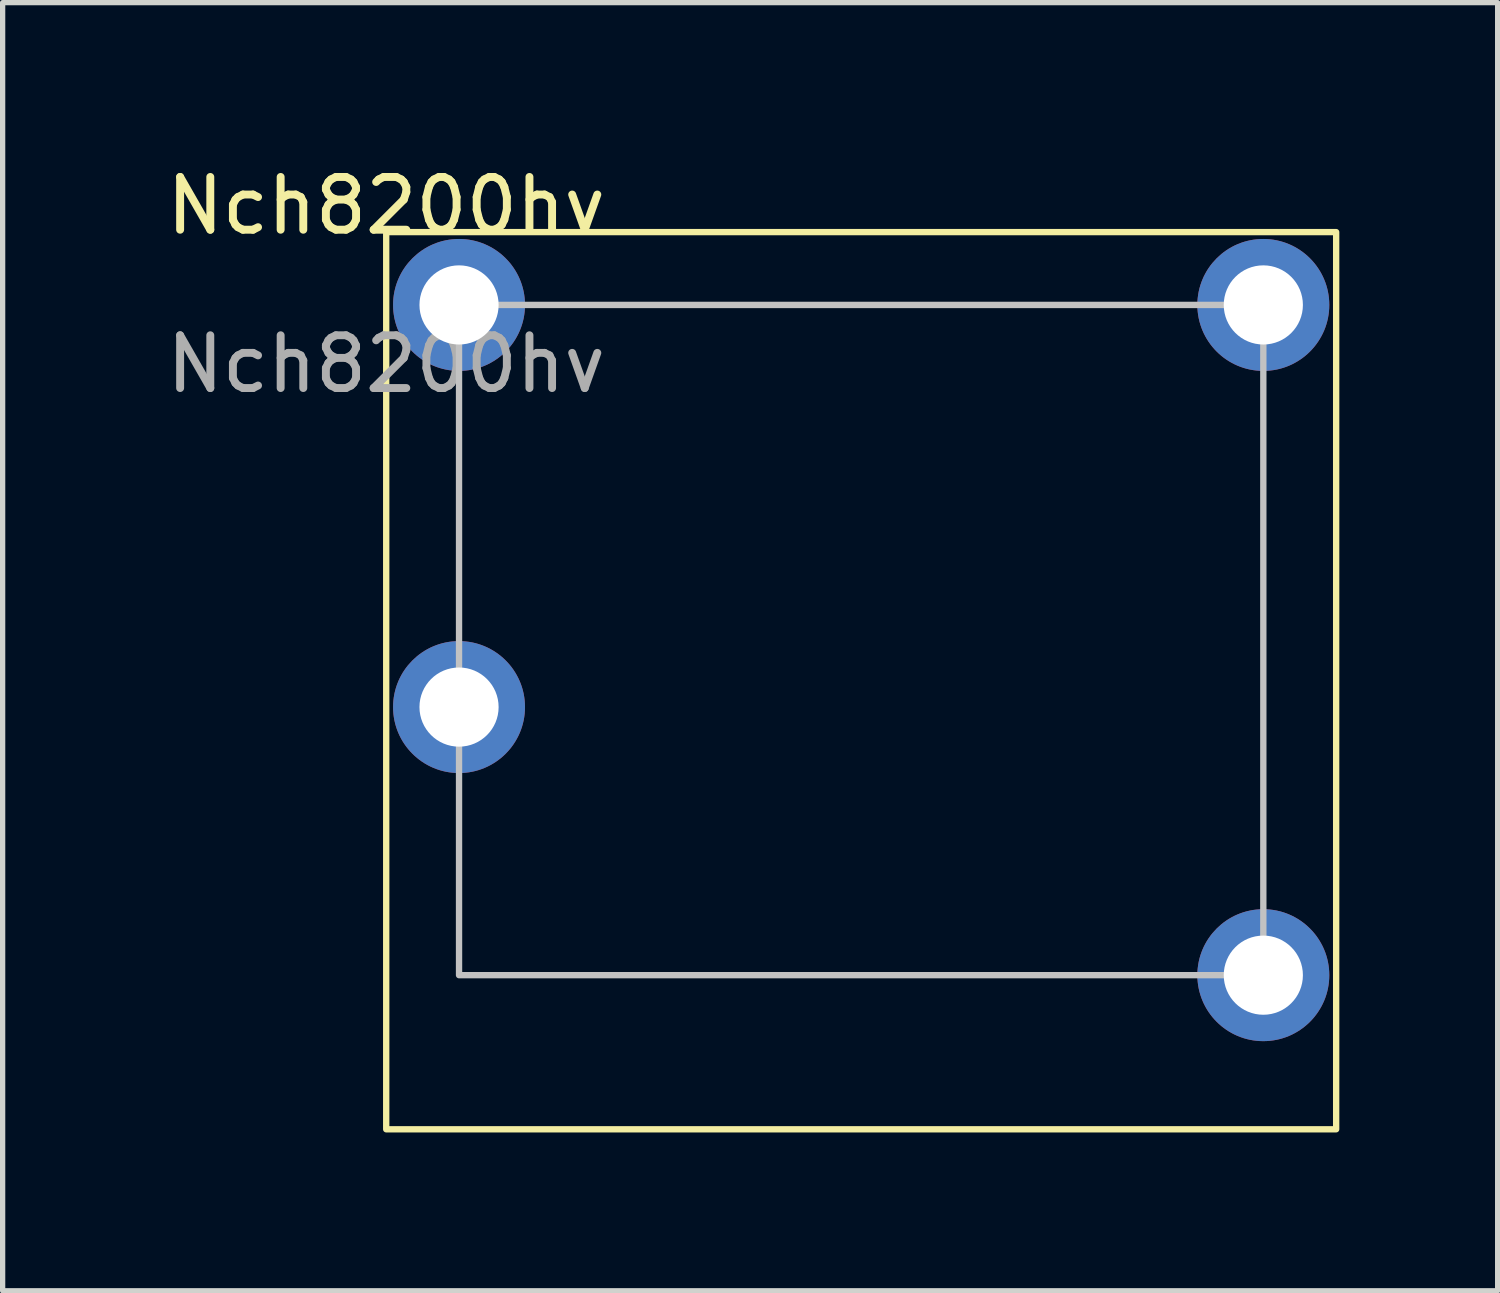
<source format=kicad_pcb>
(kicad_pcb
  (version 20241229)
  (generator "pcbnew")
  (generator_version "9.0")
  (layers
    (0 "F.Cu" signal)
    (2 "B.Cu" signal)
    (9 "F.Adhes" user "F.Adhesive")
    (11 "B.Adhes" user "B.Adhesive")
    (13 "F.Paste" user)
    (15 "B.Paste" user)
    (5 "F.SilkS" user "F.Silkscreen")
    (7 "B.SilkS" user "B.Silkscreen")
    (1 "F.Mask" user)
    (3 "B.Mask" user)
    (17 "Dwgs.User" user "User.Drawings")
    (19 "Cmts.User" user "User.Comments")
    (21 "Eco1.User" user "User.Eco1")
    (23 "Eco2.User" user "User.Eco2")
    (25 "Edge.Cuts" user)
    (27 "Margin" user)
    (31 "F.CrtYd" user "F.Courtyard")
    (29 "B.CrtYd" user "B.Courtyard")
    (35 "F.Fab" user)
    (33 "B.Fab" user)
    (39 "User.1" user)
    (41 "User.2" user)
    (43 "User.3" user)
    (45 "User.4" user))
  (footprint "Nch8200hv"
    (layer "F.Cu")
    (at 4.268 1.348)
    (property "Reference" "Nch8200hv" (at 0 -0.5 0) (unlocked yes) (layer "F.SilkS") (effects (font (size 1 1) (thickness 0.15))))
    (attr through_hole)
    (fp_rect (start 0 0) (end 18 17) (stroke (width 0.12) (type solid)) (fill no) (layer "F.SilkS"))
    (fp_rect (start 1.38 1.38) (end 16.62 14.08) (stroke (width 0.12) (type solid)) (fill no) (layer "Dwgs.User"))
    (fp_text user "${REFERENCE}" (at 0 2.5 0) (unlocked yes) (layer "F.Fab") (effects (font (size 1 1) (thickness 0.15))))
    (pad "1" thru_hole circle (at 1.38 1.38) (size 2.5 2.5) (drill 1.5) (layers "*.Cu" "*.Mask"))
    (pad "2" thru_hole circle (at 16.62 1.38) (size 2.5 2.5) (drill 1.5) (layers "*.Cu" "*.Mask"))
    (pad "3" thru_hole circle (at 1.38 9) (size 2.5 2.5) (drill 1.5) (layers "*.Cu" "*.Mask"))
    (pad "4" thru_hole circle (at 16.62 14.08) (size 2.5 2.5) (drill 1.5) (layers "*.Cu" "*.Mask")))
  (gr_rect
    (start -3 -3)
    (end 25.328 21.408)
    (stroke (width 0.1) (type default))
    (fill no)
    (layer "Edge.Cuts")))
</source>
